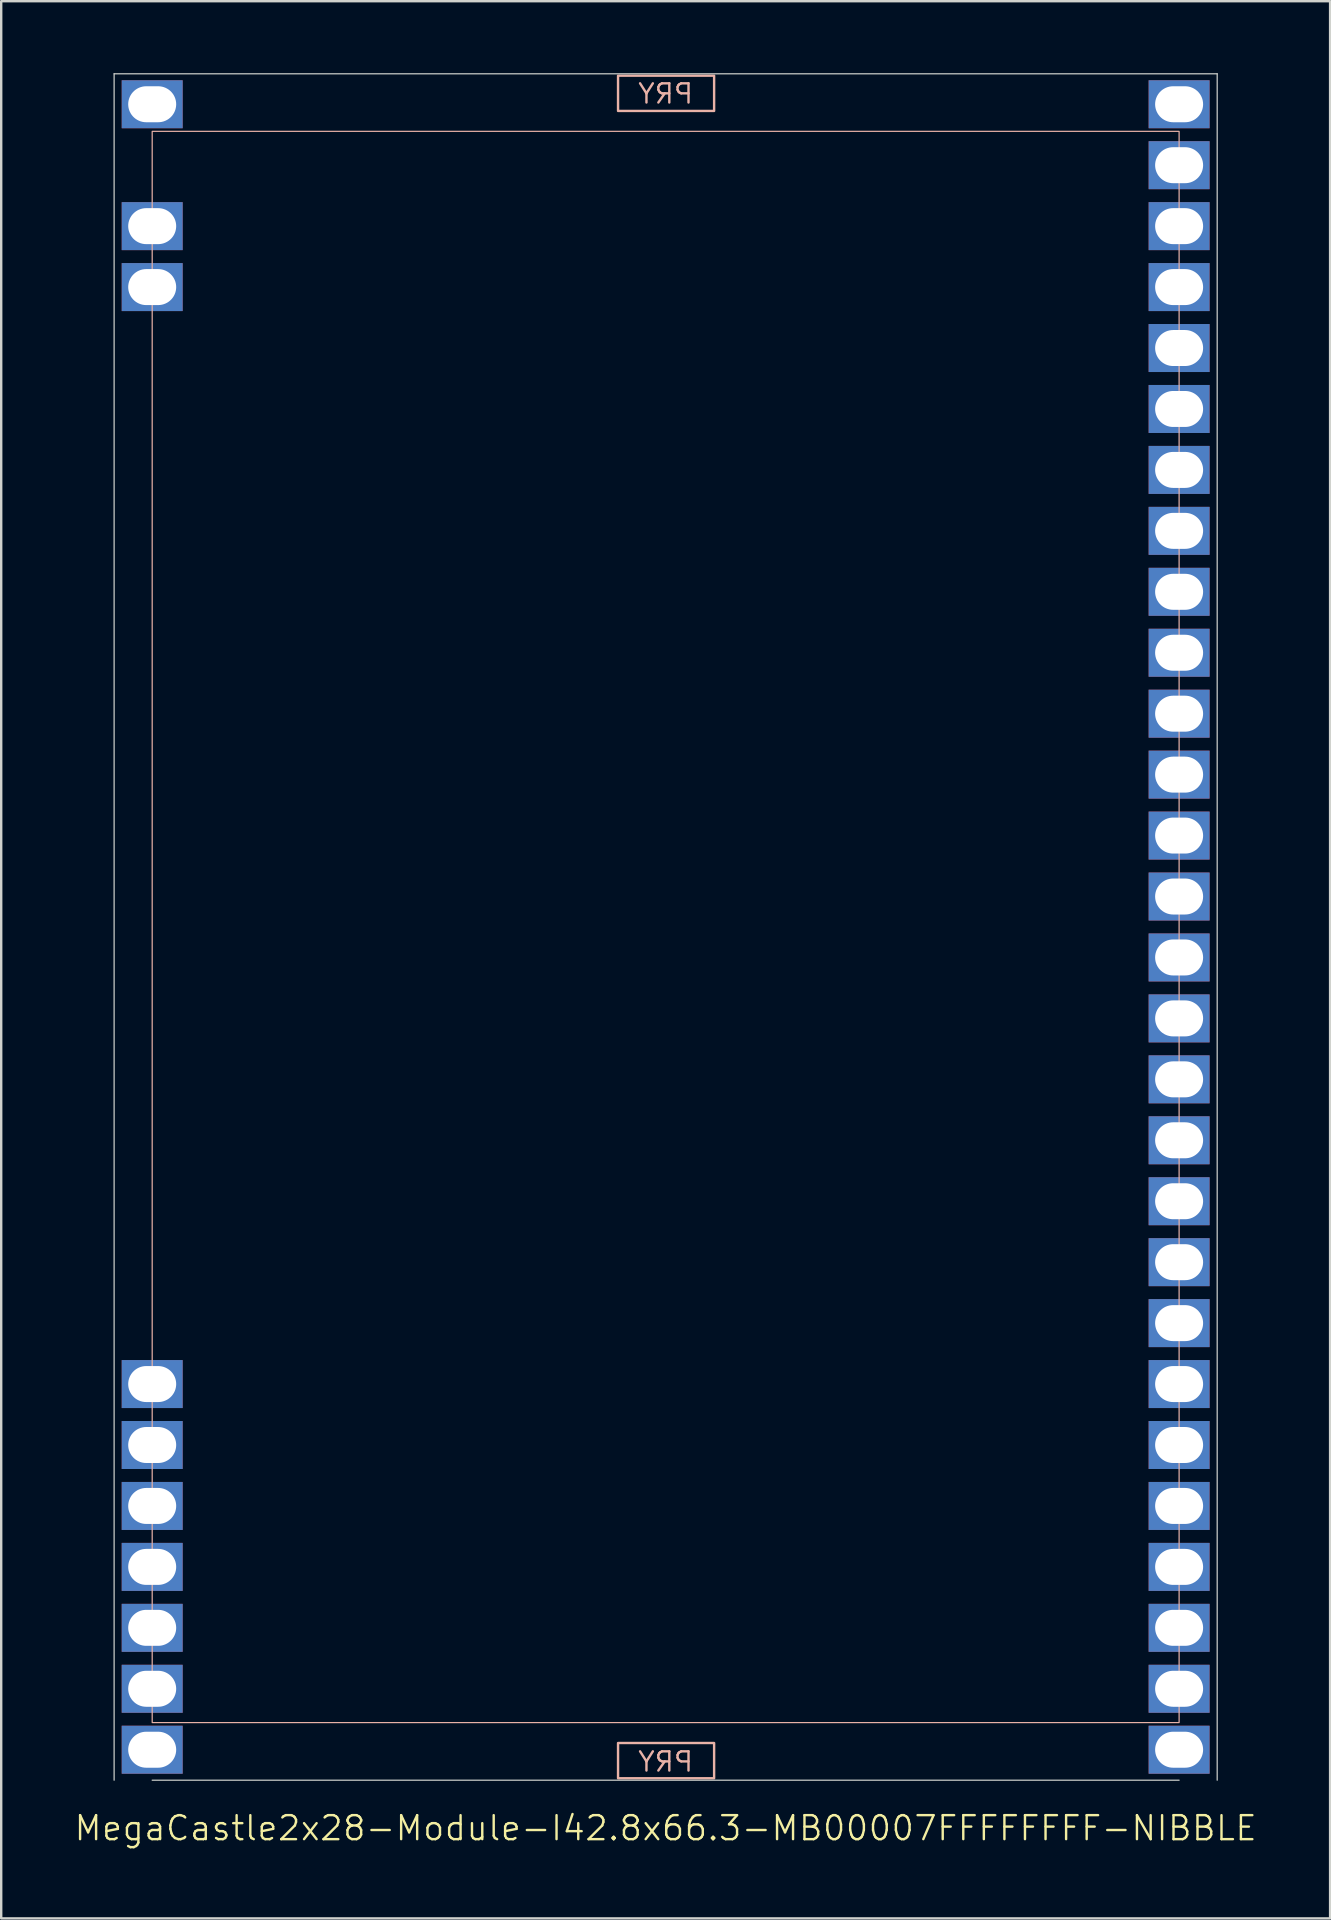
<source format=kicad_pcb>
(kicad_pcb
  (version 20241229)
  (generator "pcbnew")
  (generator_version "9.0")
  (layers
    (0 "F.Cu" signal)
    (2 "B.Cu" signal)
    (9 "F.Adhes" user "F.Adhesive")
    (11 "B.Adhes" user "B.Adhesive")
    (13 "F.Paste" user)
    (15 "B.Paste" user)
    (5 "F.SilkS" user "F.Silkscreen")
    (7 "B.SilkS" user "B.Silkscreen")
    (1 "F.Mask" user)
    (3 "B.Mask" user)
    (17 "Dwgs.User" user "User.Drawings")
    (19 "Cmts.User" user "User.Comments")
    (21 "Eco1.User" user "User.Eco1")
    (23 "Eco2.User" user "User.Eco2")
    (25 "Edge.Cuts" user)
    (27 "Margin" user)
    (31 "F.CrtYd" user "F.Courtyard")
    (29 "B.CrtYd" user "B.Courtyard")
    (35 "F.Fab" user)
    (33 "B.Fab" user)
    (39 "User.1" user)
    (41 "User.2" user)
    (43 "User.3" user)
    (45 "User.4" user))
  (footprint "MegaCastle2x28-Module-I42.8x66.3-MB00007FFFFFFFF-NIBBLE"
    (layer "F.Cu")
    (at 24.693 35.585)
    (property "Reference" "MegaCastle2x28-Module-I42.8x66.3-MB00007FFFFFFFF-NIBBLE" (at 0 37.56 0) (unlocked yes) (layer "F.SilkS") (effects (font (size 1 1) (thickness 0.1))))
    (attr smd)
    (fp_rect (start -21.4 33.16) (end 21.4 -33.16) (stroke (width 0.05) (type default)) (fill no) (layer "B.SilkS"))
    (fp_rect (start -1.984 -34.011) (end 2.02 -35.48) (stroke (width 0.1) (type default)) (fill no) (layer "B.SilkS"))
    (fp_rect (start -1.984 34.011) (end 2.02 35.48) (stroke (width 0.1) (type default)) (fill no) (layer "B.SilkS"))
    (fp_line (start -22.987 -35.56) (end -22.987 35.56) (stroke (width 0.05) (type default)) (layer "Edge.Cuts"))
    (fp_line (start -22.987 -35.56) (end 22.987 -35.56) (stroke (width 0.05) (type default)) (layer "Edge.Cuts"))
    (fp_line (start -21.4 35.56) (end 21.4 35.56) (stroke (width 0.05) (type default)) (layer "Edge.Cuts"))
    (fp_line (start 22.987 -35.56) (end 22.987 35.56) (stroke (width 0.05) (type default)) (layer "Edge.Cuts"))
    (fp_text user "PRY" (at 0 35.26 0) (unlocked yes) (layer "B.SilkS") (effects (font (size 0.8 0.8) (thickness 0.1)) (justify bottom mirror)))
    (fp_text user "PRY" (at 0 -34.26 0) (unlocked yes) (layer "B.SilkS") (effects (font (size 0.8 0.8) (thickness 0.1)) (justify bottom mirror)))
    (pad "1" thru_hole rect (at -21.4 -34.29) (size 2.54 2) (drill oval 2 1.5) (property pad_prop_castellated) (layers "*.Cu" "*.Mask"))
    (pad "3" thru_hole rect (at -21.4 -29.21) (size 2.54 2) (drill oval 2 1.5) (property pad_prop_castellated) (layers "*.Cu" "*.Mask"))
    (pad "4" thru_hole rect (at -21.4 -26.67) (size 2.54 2) (drill oval 2 1.5) (property pad_prop_castellated) (layers "*.Cu" "*.Mask"))
    (pad "22" thru_hole rect (at -21.4 19.05) (size 2.54 2) (drill oval 2 1.5) (property pad_prop_castellated) (layers "*.Cu" "*.Mask"))
    (pad "23" thru_hole rect (at -21.4 21.59) (size 2.54 2) (drill oval 2 1.5) (property pad_prop_castellated) (layers "*.Cu" "*.Mask"))
    (pad "24" thru_hole rect (at -21.4 24.13) (size 2.54 2) (drill oval 2 1.5) (property pad_prop_castellated) (layers "*.Cu" "*.Mask"))
    (pad "25" thru_hole rect (at -21.4 26.67) (size 2.54 2) (drill oval 2 1.5) (property pad_prop_castellated) (layers "*.Cu" "*.Mask"))
    (pad "26" thru_hole rect (at -21.4 29.21) (size 2.54 2) (drill oval 2 1.5) (property pad_prop_castellated) (layers "*.Cu" "*.Mask"))
    (pad "27" thru_hole rect (at -21.4 31.75) (size 2.54 2) (drill oval 2 1.5) (property pad_prop_castellated) (layers "*.Cu" "*.Mask"))
    (pad "28" thru_hole rect (at -21.4 34.29) (size 2.54 2) (drill oval 2 1.5) (property pad_prop_castellated) (layers "*.Cu" "*.Mask"))
    (pad "29" thru_hole rect (at 21.4 -34.29) (size 2.54 2) (drill oval 2 1.5) (property pad_prop_castellated) (layers "*.Cu" "*.Mask"))
    (pad "30" thru_hole rect (at 21.4 -31.75) (size 2.54 2) (drill oval 2 1.5) (property pad_prop_castellated) (layers "*.Cu" "*.Mask"))
    (pad "31" thru_hole rect (at 21.4 -29.21) (size 2.54 2) (drill oval 2 1.5) (property pad_prop_castellated) (layers "*.Cu" "*.Mask"))
    (pad "32" thru_hole rect (at 21.4 -26.67) (size 2.54 2) (drill oval 2 1.5) (property pad_prop_castellated) (layers "*.Cu" "*.Mask"))
    (pad "33" thru_hole rect (at 21.4 -24.13) (size 2.54 2) (drill oval 2 1.5) (property pad_prop_castellated) (layers "*.Cu" "*.Mask"))
    (pad "34" thru_hole rect (at 21.4 -21.59) (size 2.54 2) (drill oval 2 1.5) (property pad_prop_castellated) (layers "*.Cu" "*.Mask"))
    (pad "35" thru_hole rect (at 21.4 -19.05) (size 2.54 2) (drill oval 2 1.5) (property pad_prop_castellated) (layers "*.Cu" "*.Mask"))
    (pad "36" thru_hole rect (at 21.4 -16.51) (size 2.54 2) (drill oval 2 1.5) (property pad_prop_castellated) (layers "*.Cu" "*.Mask"))
    (pad "37" thru_hole rect (at 21.4 -13.97) (size 2.54 2) (drill oval 2 1.5) (property pad_prop_castellated) (layers "*.Cu" "*.Mask"))
    (pad "38" thru_hole rect (at 21.4 -11.43) (size 2.54 2) (drill oval 2 1.5) (property pad_prop_castellated) (layers "*.Cu" "*.Mask"))
    (pad "39" thru_hole rect (at 21.4 -8.89) (size 2.54 2) (drill oval 2 1.5) (property pad_prop_castellated) (layers "*.Cu" "*.Mask"))
    (pad "40" thru_hole rect (at 21.4 -6.35) (size 2.54 2) (drill oval 2 1.5) (property pad_prop_castellated) (layers "*.Cu" "*.Mask"))
    (pad "41" thru_hole rect (at 21.4 -3.81) (size 2.54 2) (drill oval 2 1.5) (property pad_prop_castellated) (layers "*.Cu" "*.Mask"))
    (pad "42" thru_hole rect (at 21.4 -1.27) (size 2.54 2) (drill oval 2 1.5) (property pad_prop_castellated) (layers "*.Cu" "*.Mask"))
    (pad "43" thru_hole rect (at 21.4 1.27) (size 2.54 2) (drill oval 2 1.5) (property pad_prop_castellated) (layers "*.Cu" "*.Mask"))
    (pad "44" thru_hole rect (at 21.4 3.81) (size 2.54 2) (drill oval 2 1.5) (property pad_prop_castellated) (layers "*.Cu" "*.Mask"))
    (pad "45" thru_hole rect (at 21.4 6.35) (size 2.54 2) (drill oval 2 1.5) (property pad_prop_castellated) (layers "*.Cu" "*.Mask"))
    (pad "46" thru_hole rect (at 21.4 8.89) (size 2.54 2) (drill oval 2 1.5) (property pad_prop_castellated) (layers "*.Cu" "*.Mask"))
    (pad "47" thru_hole rect (at 21.4 11.43) (size 2.54 2) (drill oval 2 1.5) (property pad_prop_castellated) (layers "*.Cu" "*.Mask"))
    (pad "48" thru_hole rect (at 21.4 13.97) (size 2.54 2) (drill oval 2 1.5) (property pad_prop_castellated) (layers "*.Cu" "*.Mask"))
    (pad "49" thru_hole rect (at 21.4 16.51) (size 2.54 2) (drill oval 2 1.5) (property pad_prop_castellated) (layers "*.Cu" "*.Mask"))
    (pad "50" thru_hole rect (at 21.4 19.05) (size 2.54 2) (drill oval 2 1.5) (property pad_prop_castellated) (layers "*.Cu" "*.Mask"))
    (pad "51" thru_hole rect (at 21.4 21.59) (size 2.54 2) (drill oval 2 1.5) (property pad_prop_castellated) (layers "*.Cu" "*.Mask"))
    (pad "52" thru_hole rect (at 21.4 24.13) (size 2.54 2) (drill oval 2 1.5) (property pad_prop_castellated) (layers "*.Cu" "*.Mask"))
    (pad "53" thru_hole rect (at 21.4 26.67) (size 2.54 2) (drill oval 2 1.5) (property pad_prop_castellated) (layers "*.Cu" "*.Mask"))
    (pad "54" thru_hole rect (at 21.4 29.21) (size 2.54 2) (drill oval 2 1.5) (property pad_prop_castellated) (layers "*.Cu" "*.Mask"))
    (pad "55" thru_hole rect (at 21.4 31.75) (size 2.54 2) (drill oval 2 1.5) (property pad_prop_castellated) (layers "*.Cu" "*.Mask"))
    (pad "56" thru_hole rect (at 21.4 34.29) (size 2.54 2) (drill oval 2 1.5) (property pad_prop_castellated) (layers "*.Cu" "*.Mask"))
    (zone (net_name "") (layer "B.Cu") (hatch edge 0.5) (connect_pads) (min_thickness 0.25) (filled_areas_thickness no) (keepout (tracks allowed) (vias allowed) (pads allowed) (copperpour allowed) (footprints not_allowed)) (placement (enabled no)) (fill) (polygon (pts (xy 3.293 71.145) (xy 3.293 0.025))))
    (zone (net_name "") (layer "B.Cu") (hatch edge 0.5) (connect_pads) (min_thickness 0.25) (filled_areas_thickness no) (keepout (tracks allowed) (vias allowed) (pads allowed) (copperpour allowed) (footprints not_allowed)) (placement (enabled no)) (fill) (polygon (pts (xy 46.093 71.145) (xy 46.093 0.025))))
    (zone (net_name "") (layer "B.Cu") (hatch edge 0.5) (connect_pads) (min_thickness 0.25) (filled_areas_thickness no) (keepout (tracks allowed) (vias allowed) (pads allowed) (copperpour allowed) (footprints not_allowed)) (placement (enabled no)) (fill) (polygon (pts (xy 3.293 0.025) (xy 3.293 2.425) (xy 46.093 2.425) (xy 46.093 0.025))))
    (zone (net_name "") (layer "B.Cu") (hatch edge 0.5) (connect_pads) (min_thickness 0.25) (filled_areas_thickness no) (keepout (tracks allowed) (vias allowed) (pads allowed) (copperpour allowed) (footprints not_allowed)) (placement (enabled no)) (fill) (polygon (pts (xy 3.293 71.145) (xy 3.293 68.745) (xy 46.093 68.745) (xy 46.093 71.145))))
    (zone (net_name "") (layer "B.Cu") (name "Upper Pry Zone") (hatch edge 0.5) (connect_pads) (min_thickness 0.25) (filled_areas_thickness no) (keepout (tracks not_allowed) (vias not_allowed) (pads not_allowed) (copperpour allowed) (footprints not_allowed)) (placement (enabled no)) (fill) (polygon (pts (xy 22.709 1.574) (xy 22.709 0.105) (xy 26.712 0.105) (xy 26.712 1.574))))
    (zone (net_name "") (layer "B.Cu") (name "Upper Pry Zone") (hatch edge 0.5) (connect_pads) (min_thickness 0.25) (filled_areas_thickness no) (keepout (tracks not_allowed) (vias not_allowed) (pads not_allowed) (copperpour allowed) (footprints not_allowed)) (placement (enabled no)) (fill) (polygon (pts (xy 22.709 69.596) (xy 22.709 71.065) (xy 26.712 71.065) (xy 26.712 69.596)))))
  (gr_rect
    (start -3 -3)
    (end 52.386 76.906)
    (stroke (width 0.1) (type default))
    (fill no)
    (layer "Edge.Cuts")))
</source>
